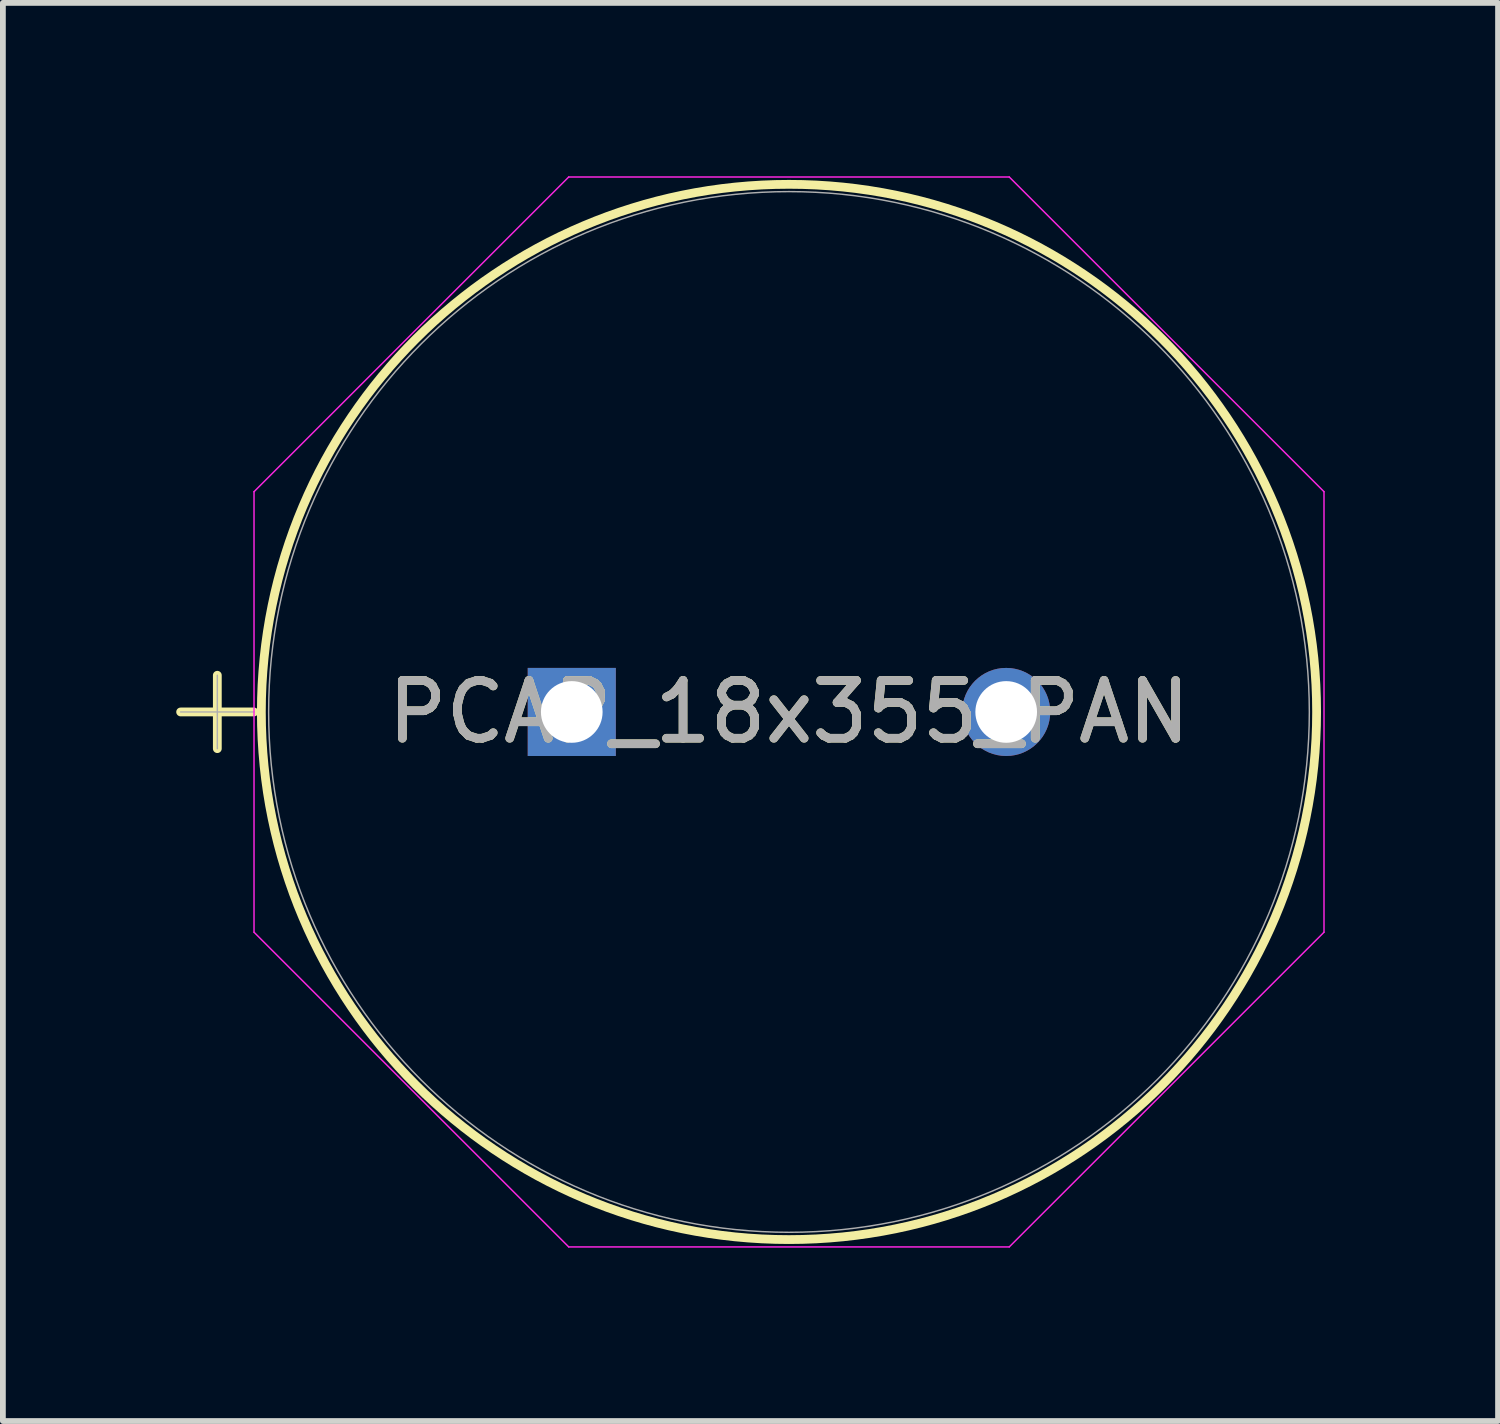
<source format=kicad_pcb>
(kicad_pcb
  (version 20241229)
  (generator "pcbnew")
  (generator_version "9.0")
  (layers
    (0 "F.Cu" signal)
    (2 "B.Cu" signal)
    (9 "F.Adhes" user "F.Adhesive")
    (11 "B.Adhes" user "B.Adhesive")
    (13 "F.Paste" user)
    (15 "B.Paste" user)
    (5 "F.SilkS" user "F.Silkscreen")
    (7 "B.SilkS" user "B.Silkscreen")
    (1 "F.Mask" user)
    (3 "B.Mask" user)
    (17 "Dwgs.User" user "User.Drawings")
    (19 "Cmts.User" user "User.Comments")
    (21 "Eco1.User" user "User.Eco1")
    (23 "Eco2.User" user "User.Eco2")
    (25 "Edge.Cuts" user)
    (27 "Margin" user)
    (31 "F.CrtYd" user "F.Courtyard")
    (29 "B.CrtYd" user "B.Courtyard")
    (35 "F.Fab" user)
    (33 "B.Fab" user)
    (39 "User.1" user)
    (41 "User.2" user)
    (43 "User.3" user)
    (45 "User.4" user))
  (footprint "PCAP_18x355_PAN"
    (layer "F.Cu")
    (at 6.845 9.271)
    (property "Reference" "PCAP_18x355_PAN" (at 3.759 0 0) (unlocked yes) (layer "F.SilkS") (effects (font (size 1 1) (thickness 0.15))))
    (attr through_hole)
    (fp_line (start -6.769 0) (end -5.499 0) (stroke (width 0.152) (type solid)) (layer "F.SilkS"))
    (fp_line (start -6.134 -0.635) (end -6.134 0.635) (stroke (width 0.152) (type solid)) (layer "F.SilkS"))
    (fp_circle (center 3.759 0) (end 12.89 0) (stroke (width 0.152) (type solid)) (fill no) (layer "F.SilkS"))
    (fp_line (start -5.499 -3.812) (end -0.053 -9.258) (stroke (width 0.025) (type solid)) (layer "F.CrtYd"))
    (fp_line (start -5.499 3.812) (end -5.499 -3.812) (stroke (width 0.025) (type solid)) (layer "F.CrtYd"))
    (fp_line (start -0.053 -9.258) (end 7.571 -9.258) (stroke (width 0.025) (type solid)) (layer "F.CrtYd"))
    (fp_line (start -0.053 9.258) (end -5.499 3.812) (stroke (width 0.025) (type solid)) (layer "F.CrtYd"))
    (fp_line (start 7.571 -9.258) (end 13.018 -3.812) (stroke (width 0.025) (type solid)) (layer "F.CrtYd"))
    (fp_line (start 7.571 9.258) (end -0.053 9.258) (stroke (width 0.025) (type solid)) (layer "F.CrtYd"))
    (fp_line (start 13.018 -3.812) (end 13.018 3.812) (stroke (width 0.025) (type solid)) (layer "F.CrtYd"))
    (fp_line (start 13.018 3.812) (end 7.571 9.258) (stroke (width 0.025) (type solid)) (layer "F.CrtYd"))
    (fp_line (start -6.769 0) (end -5.499 0) (stroke (width 0.025) (type solid)) (layer "F.Fab"))
    (fp_line (start -6.134 -0.635) (end -6.134 0.635) (stroke (width 0.025) (type solid)) (layer "F.Fab"))
    (fp_circle (center 3.759 0) (end 12.764 0) (stroke (width 0.025) (type solid)) (fill no) (layer "F.Fab"))
    (fp_text user "${REFERENCE}" (at 3.759 0 0) (unlocked yes) (layer "F.Fab") (effects (font (size 1 1) (thickness 0.15))))
    (pad "1" thru_hole rect (at 0 0) (size 1.524 1.524) (drill 1.067) (layers "*.Cu" "*.Mask"))
    (pad "2" thru_hole circle (at 7.518 0) (size 1.524 1.524) (drill 1.067) (layers "*.Cu" "*.Mask")))
  (gr_rect
    (start -3 -3)
    (end 22.875 21.542)
    (stroke (width 0.1) (type default))
    (fill no)
    (layer "Edge.Cuts")))
</source>
